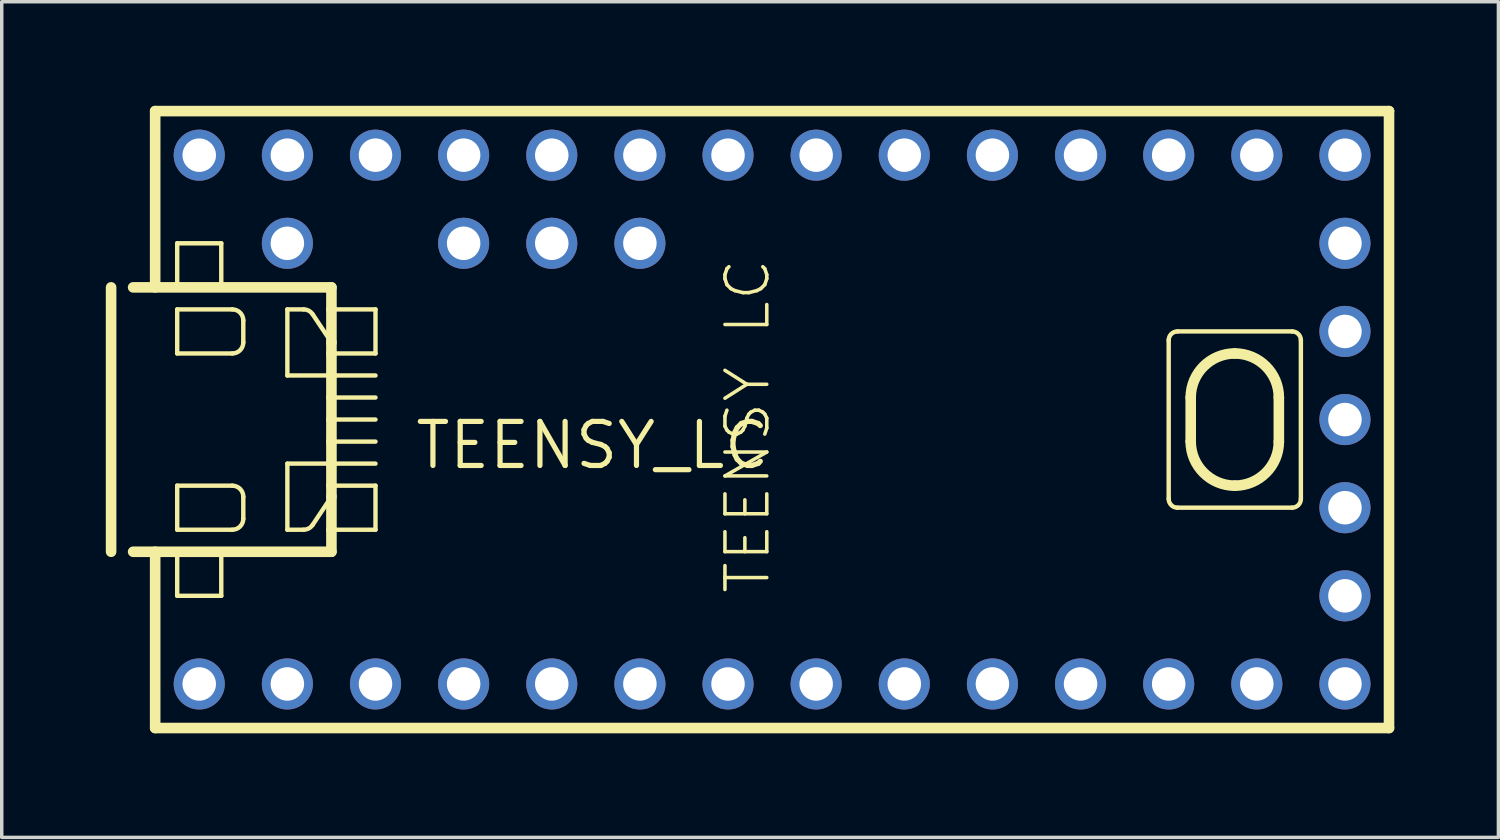
<source format=kicad_pcb>
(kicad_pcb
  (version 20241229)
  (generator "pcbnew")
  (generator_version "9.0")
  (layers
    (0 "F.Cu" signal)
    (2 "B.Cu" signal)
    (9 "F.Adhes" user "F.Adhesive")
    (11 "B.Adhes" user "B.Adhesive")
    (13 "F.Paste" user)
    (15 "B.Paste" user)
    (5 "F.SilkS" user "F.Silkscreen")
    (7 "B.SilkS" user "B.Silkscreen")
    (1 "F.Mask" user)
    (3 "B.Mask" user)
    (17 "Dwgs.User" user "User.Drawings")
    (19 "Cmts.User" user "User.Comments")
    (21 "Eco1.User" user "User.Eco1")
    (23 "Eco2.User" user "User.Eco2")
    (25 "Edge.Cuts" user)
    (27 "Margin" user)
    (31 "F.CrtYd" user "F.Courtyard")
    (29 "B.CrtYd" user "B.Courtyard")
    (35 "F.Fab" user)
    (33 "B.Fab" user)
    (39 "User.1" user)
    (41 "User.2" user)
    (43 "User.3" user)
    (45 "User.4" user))
  (footprint "TEENSY_LC"
    (layer "F.Cu")
    (at 19.202 9.042)
    (property "Reference" "TEENSY_LC" (at 0 0 0) (layer "F.SilkS") (effects (font (size 1.27 1.27) (thickness 0.15)) (justify right top)))
    (attr through_hole)
    (fp_line (start -19.05 -3.81) (end -19.05 3.81) (stroke (width 0.305) (type solid)) (layer "F.SilkS"))
    (fp_line (start -18.415 -3.81) (end -12.7 -3.81) (stroke (width 0.305) (type solid)) (layer "F.SilkS"))
    (fp_line (start -18.415 3.81) (end -12.7 3.81) (stroke (width 0.305) (type solid)) (layer "F.SilkS"))
    (fp_line (start -17.78 -8.89) (end -17.78 -3.81) (stroke (width 0.305) (type solid)) (layer "F.SilkS"))
    (fp_line (start -17.78 -8.89) (end 17.78 -8.89) (stroke (width 0.305) (type solid)) (layer "F.SilkS"))
    (fp_line (start -17.78 8.89) (end -17.78 3.81) (stroke (width 0.305) (type solid)) (layer "F.SilkS"))
    (fp_line (start -17.145 -3.81) (end -17.145 -5.08) (stroke (width 0.127) (type solid)) (layer "F.SilkS"))
    (fp_line (start -17.145 -3.175) (end -17.145 -1.905) (stroke (width 0.127) (type solid)) (layer "F.SilkS"))
    (fp_line (start -17.145 -3.175) (end -15.557 -3.175) (stroke (width 0.127) (type solid)) (layer "F.SilkS"))
    (fp_line (start -17.145 1.905) (end -17.145 3.175) (stroke (width 0.127) (type solid)) (layer "F.SilkS"))
    (fp_line (start -17.145 3.175) (end -15.557 3.175) (stroke (width 0.127) (type solid)) (layer "F.SilkS"))
    (fp_line (start -17.145 3.81) (end -17.145 5.08) (stroke (width 0.127) (type solid)) (layer "F.SilkS"))
    (fp_line (start -15.875 -5.08) (end -17.145 -5.08) (stroke (width 0.127) (type solid)) (layer "F.SilkS"))
    (fp_line (start -15.875 -3.81) (end -15.875 -5.08) (stroke (width 0.127) (type solid)) (layer "F.SilkS"))
    (fp_line (start -15.875 3.81) (end -15.875 5.08) (stroke (width 0.127) (type solid)) (layer "F.SilkS"))
    (fp_line (start -15.875 5.08) (end -17.145 5.08) (stroke (width 0.127) (type solid)) (layer "F.SilkS"))
    (fp_line (start -15.557 -1.905) (end -17.145 -1.905) (stroke (width 0.127) (type solid)) (layer "F.SilkS"))
    (fp_line (start -15.557 1.905) (end -17.145 1.905) (stroke (width 0.127) (type solid)) (layer "F.SilkS"))
    (fp_line (start -15.24 -2.857) (end -15.24 -2.223) (stroke (width 0.127) (type solid)) (layer "F.SilkS"))
    (fp_line (start -15.24 2.857) (end -15.24 2.223) (stroke (width 0.127) (type solid)) (layer "F.SilkS"))
    (fp_line (start -13.97 -3.175) (end -13.505 -3.175) (stroke (width 0.127) (type solid)) (layer "F.SilkS"))
    (fp_line (start -13.97 -1.27) (end -13.97 -3.175) (stroke (width 0.127) (type solid)) (layer "F.SilkS"))
    (fp_line (start -13.97 1.27) (end -13.97 3.175) (stroke (width 0.127) (type solid)) (layer "F.SilkS"))
    (fp_line (start -13.97 3.175) (end -13.505 3.175) (stroke (width 0.127) (type solid)) (layer "F.SilkS"))
    (fp_line (start -13.241 -3.034) (end -12.7 -2.223) (stroke (width 0.127) (type solid)) (layer "F.SilkS"))
    (fp_line (start -13.241 3.034) (end -12.7 2.223) (stroke (width 0.127) (type solid)) (layer "F.SilkS"))
    (fp_line (start -12.7 -3.175) (end -12.7 -3.81) (stroke (width 0.305) (type solid)) (layer "F.SilkS"))
    (fp_line (start -12.7 -2.223) (end -12.7 -3.175) (stroke (width 0.305) (type solid)) (layer "F.SilkS"))
    (fp_line (start -12.7 -1.905) (end -12.7 -2.223) (stroke (width 0.305) (type solid)) (layer "F.SilkS"))
    (fp_line (start -12.7 -1.905) (end -11.43 -1.905) (stroke (width 0.127) (type solid)) (layer "F.SilkS"))
    (fp_line (start -12.7 -1.27) (end -13.97 -1.27) (stroke (width 0.127) (type solid)) (layer "F.SilkS"))
    (fp_line (start -12.7 -1.27) (end -12.7 -1.905) (stroke (width 0.305) (type solid)) (layer "F.SilkS"))
    (fp_line (start -12.7 -1.27) (end -11.43 -1.27) (stroke (width 0.127) (type solid)) (layer "F.SilkS"))
    (fp_line (start -12.7 -0.635) (end -12.7 -1.27) (stroke (width 0.305) (type solid)) (layer "F.SilkS"))
    (fp_line (start -12.7 -0.635) (end -11.43 -0.635) (stroke (width 0.127) (type solid)) (layer "F.SilkS"))
    (fp_line (start -12.7 0) (end -12.7 -0.635) (stroke (width 0.305) (type solid)) (layer "F.SilkS"))
    (fp_line (start -12.7 0) (end -11.43 0) (stroke (width 0.127) (type solid)) (layer "F.SilkS"))
    (fp_line (start -12.7 0.635) (end -12.7 0) (stroke (width 0.305) (type solid)) (layer "F.SilkS"))
    (fp_line (start -12.7 0.635) (end -11.43 0.635) (stroke (width 0.127) (type solid)) (layer "F.SilkS"))
    (fp_line (start -12.7 1.27) (end -13.97 1.27) (stroke (width 0.127) (type solid)) (layer "F.SilkS"))
    (fp_line (start -12.7 1.27) (end -12.7 0.635) (stroke (width 0.305) (type solid)) (layer "F.SilkS"))
    (fp_line (start -12.7 1.27) (end -11.43 1.27) (stroke (width 0.127) (type solid)) (layer "F.SilkS"))
    (fp_line (start -12.7 1.905) (end -12.7 1.27) (stroke (width 0.305) (type solid)) (layer "F.SilkS"))
    (fp_line (start -12.7 1.905) (end -11.43 1.905) (stroke (width 0.127) (type solid)) (layer "F.SilkS"))
    (fp_line (start -12.7 2.223) (end -12.7 1.905) (stroke (width 0.305) (type solid)) (layer "F.SilkS"))
    (fp_line (start -12.7 3.175) (end -12.7 2.223) (stroke (width 0.305) (type solid)) (layer "F.SilkS"))
    (fp_line (start -12.7 3.81) (end -12.7 3.175) (stroke (width 0.305) (type solid)) (layer "F.SilkS"))
    (fp_line (start -11.43 -3.175) (end -12.7 -3.175) (stroke (width 0.127) (type solid)) (layer "F.SilkS"))
    (fp_line (start -11.43 -1.905) (end -11.43 -3.175) (stroke (width 0.127) (type solid)) (layer "F.SilkS"))
    (fp_line (start -11.43 1.905) (end -11.43 3.175) (stroke (width 0.127) (type solid)) (layer "F.SilkS"))
    (fp_line (start -11.43 3.175) (end -12.7 3.175) (stroke (width 0.127) (type solid)) (layer "F.SilkS"))
    (fp_line (start 11.43 -2.286) (end 11.43 2.286) (stroke (width 0.127) (type solid)) (layer "F.SilkS"))
    (fp_line (start 11.684 2.54) (end 14.986 2.54) (stroke (width 0.127) (type solid)) (layer "F.SilkS"))
    (fp_line (start 12.065 0.635) (end 12.065 -0.635) (stroke (width 0.305) (type solid)) (layer "F.SilkS"))
    (fp_line (start 14.605 -0.635) (end 14.605 0.635) (stroke (width 0.305) (type solid)) (layer "F.SilkS"))
    (fp_line (start 14.986 -2.54) (end 11.684 -2.54) (stroke (width 0.127) (type solid)) (layer "F.SilkS"))
    (fp_line (start 15.24 2.286) (end 15.24 -2.286) (stroke (width 0.127) (type solid)) (layer "F.SilkS"))
    (fp_line (start 17.78 -8.89) (end 17.78 8.89) (stroke (width 0.305) (type solid)) (layer "F.SilkS"))
    (fp_line (start 17.78 8.89) (end -17.78 8.89) (stroke (width 0.305) (type solid)) (layer "F.SilkS"))
    (fp_arc (start -15.5575 -3.175) (mid -15.332994 -3.082006) (end -15.24 -2.8575) (stroke (width 0.127) (type solid)) (layer "F.SilkS"))
    (fp_arc (start -15.5575 1.905) (mid -15.332994 1.997994) (end -15.24 2.2225) (stroke (width 0.127) (type solid)) (layer "F.SilkS"))
    (fp_arc (start -15.24 -2.2225) (mid -15.332994 -1.997994) (end -15.5575 -1.905) (stroke (width 0.127) (type solid)) (layer "F.SilkS"))
    (fp_arc (start -15.24 2.8575) (mid -15.332994 3.082006) (end -15.5575 3.175) (stroke (width 0.127) (type solid)) (layer "F.SilkS"))
    (fp_arc (start -13.504921 -3.175) (mid -13.355104 -3.137431) (end -13.240741 -3.033615) (stroke (width 0.127) (type solid)) (layer "F.SilkS"))
    (fp_arc (start -13.240741 3.033615) (mid -13.355104 3.137432) (end -13.504921 3.175) (stroke (width 0.127) (type solid)) (layer "F.SilkS"))
    (fp_arc (start 11.43 -2.286) (mid 11.504395 -2.465605) (end 11.684 -2.54) (stroke (width 0.127) (type solid)) (layer "F.SilkS"))
    (fp_arc (start 11.684 2.54) (mid 11.504395 2.465605) (end 11.43 2.286) (stroke (width 0.127) (type solid)) (layer "F.SilkS"))
    (fp_arc (start 12.065 -0.635) (mid 12.436975 -1.533025) (end 13.335001 -1.904999) (stroke (width 0.3048) (type solid)) (layer "F.SilkS"))
    (fp_arc (start 13.335 -1.905) (mid 14.233026 -1.533025) (end 14.605001 -0.634999) (stroke (width 0.3048) (type solid)) (layer "F.SilkS"))
    (fp_arc (start 13.335 1.905) (mid 12.436974 1.533025) (end 12.064999 0.634999) (stroke (width 0.3048) (type solid)) (layer "F.SilkS"))
    (fp_arc (start 14.605 0.635) (mid 14.233025 1.533025) (end 13.334999 1.904999) (stroke (width 0.3048) (type solid)) (layer "F.SilkS"))
    (fp_arc (start 14.986 -2.54) (mid 15.165605 -2.465605) (end 15.24 -2.286) (stroke (width 0.127) (type solid)) (layer "F.SilkS"))
    (fp_arc (start 15.24 2.286) (mid 15.165605 2.465605) (end 14.986 2.54) (stroke (width 0.127) (type solid)) (layer "F.SilkS"))
    (fp_text user "TEENSY LC" (at 0 5.08 90) (layer "F.SilkS") (effects (font (size 1.206 1.206) (thickness 0.102)) (justify left bottom)))
    (pad "0" thru_hole circle (at -13.97 7.62) (size 1.473 1.473) (drill 0.965) (layers "*.Cu" "*.Mask"))
    (pad "1" thru_hole circle (at -11.43 7.62) (size 1.473 1.473) (drill 0.965) (layers "*.Cu" "*.Mask"))
    (pad "2" thru_hole circle (at -8.89 7.62) (size 1.473 1.473) (drill 0.965) (layers "*.Cu" "*.Mask"))
    (pad "3" thru_hole circle (at -6.35 7.62) (size 1.473 1.473) (drill 0.965) (layers "*.Cu" "*.Mask"))
    (pad "3V1" thru_hole circle (at -11.43 -7.62) (size 1.473 1.473) (drill 0.965) (layers "*.Cu" "*.Mask"))
    (pad "3V2" thru_hole circle (at 16.51 2.54) (size 1.473 1.473) (drill 0.965) (layers "*.Cu" "*.Mask"))
    (pad "4" thru_hole circle (at -3.81 7.62) (size 1.473 1.473) (drill 0.965) (layers "*.Cu" "*.Mask"))
    (pad "5" thru_hole circle (at -1.27 7.62) (size 1.473 1.473) (drill 0.965) (layers "*.Cu" "*.Mask"))
    (pad "5V" thru_hole circle (at -16.51 -7.62) (size 1.473 1.473) (drill 0.965) (layers "*.Cu" "*.Mask"))
    (pad "6" thru_hole circle (at 1.27 7.62) (size 1.473 1.473) (drill 0.965) (layers "*.Cu" "*.Mask"))
    (pad "7" thru_hole circle (at 3.81 7.62) (size 1.473 1.473) (drill 0.965) (layers "*.Cu" "*.Mask"))
    (pad "8" thru_hole circle (at 6.35 7.62) (size 1.473 1.473) (drill 0.965) (layers "*.Cu" "*.Mask"))
    (pad "9" thru_hole circle (at 8.89 7.62) (size 1.473 1.473) (drill 0.965) (layers "*.Cu" "*.Mask"))
    (pad "10" thru_hole circle (at 11.43 7.62) (size 1.473 1.473) (drill 0.965) (layers "*.Cu" "*.Mask"))
    (pad "11" thru_hole circle (at 13.97 7.62) (size 1.473 1.473) (drill 0.965) (layers "*.Cu" "*.Mask"))
    (pad "12" thru_hole circle (at 16.51 7.62) (size 1.473 1.473) (drill 0.965) (layers "*.Cu" "*.Mask"))
    (pad "13" thru_hole circle (at 16.51 -7.62) (size 1.473 1.473) (drill 0.965) (layers "*.Cu" "*.Mask"))
    (pad "14" thru_hole circle (at 13.97 -7.62) (size 1.473 1.473) (drill 0.965) (layers "*.Cu" "*.Mask"))
    (pad "15" thru_hole circle (at 11.43 -7.62) (size 1.473 1.473) (drill 0.965) (layers "*.Cu" "*.Mask"))
    (pad "16" thru_hole circle (at 8.89 -7.62) (size 1.473 1.473) (drill 0.965) (layers "*.Cu" "*.Mask"))
    (pad "17" thru_hole circle (at 6.35 -7.62) (size 1.473 1.473) (drill 0.965) (layers "*.Cu" "*.Mask"))
    (pad "18" thru_hole circle (at 3.81 -7.62) (size 1.473 1.473) (drill 0.965) (layers "*.Cu" "*.Mask"))
    (pad "19" thru_hole circle (at 1.27 -7.62) (size 1.473 1.473) (drill 0.965) (layers "*.Cu" "*.Mask"))
    (pad "20" thru_hole circle (at -1.27 -7.62) (size 1.473 1.473) (drill 0.965) (layers "*.Cu" "*.Mask"))
    (pad "21" thru_hole circle (at -3.81 -7.62) (size 1.473 1.473) (drill 0.965) (layers "*.Cu" "*.Mask"))
    (pad "22" thru_hole circle (at -6.35 -7.62) (size 1.473 1.473) (drill 0.965) (layers "*.Cu" "*.Mask"))
    (pad "23" thru_hole circle (at -8.89 -7.62) (size 1.473 1.473) (drill 0.965) (layers "*.Cu" "*.Mask"))
    (pad "24" thru_hole circle (at -6.35 -5.08 180) (size 1.473 1.473) (drill 0.965) (layers "*.Cu" "*.Mask"))
    (pad "25" thru_hole circle (at -3.81 -5.08 180) (size 1.473 1.473) (drill 0.965) (layers "*.Cu" "*.Mask"))
    (pad "26" thru_hole circle (at 16.51 -5.08) (size 1.473 1.473) (drill 0.965) (layers "*.Cu" "*.Mask"))
    (pad "AREF" thru_hole circle (at -8.89 -5.08 180) (size 1.473 1.473) (drill 0.965) (layers "*.Cu" "*.Mask"))
    (pad "GND1" thru_hole circle (at -16.51 7.62) (size 1.473 1.473) (drill 0.965) (layers "*.Cu" "*.Mask"))
    (pad "GND2" thru_hole circle (at -13.97 -7.62) (size 1.473 1.473) (drill 0.965) (layers "*.Cu" "*.Mask"))
    (pad "GND3" thru_hole circle (at 16.51 0 180) (size 1.473 1.473) (drill 0.965) (layers "*.Cu" "*.Mask"))
    (pad "PGM" thru_hole circle (at 16.51 -2.54 180) (size 1.473 1.473) (drill 0.965) (layers "*.Cu" "*.Mask"))
    (pad "VIN" thru_hole circle (at 16.51 5.08) (size 1.473 1.473) (drill 0.965) (layers "*.Cu" "*.Mask"))
    (pad "VUSB" thru_hole circle (at -13.97 -5.08 180) (size 1.473 1.473) (drill 0.965) (layers "*.Cu" "*.Mask")))
  (gr_rect
    (start -3 -3)
    (end 40.135 21.085)
    (stroke (width 0.1) (type default))
    (fill no)
    (layer "Edge.Cuts")))
</source>
